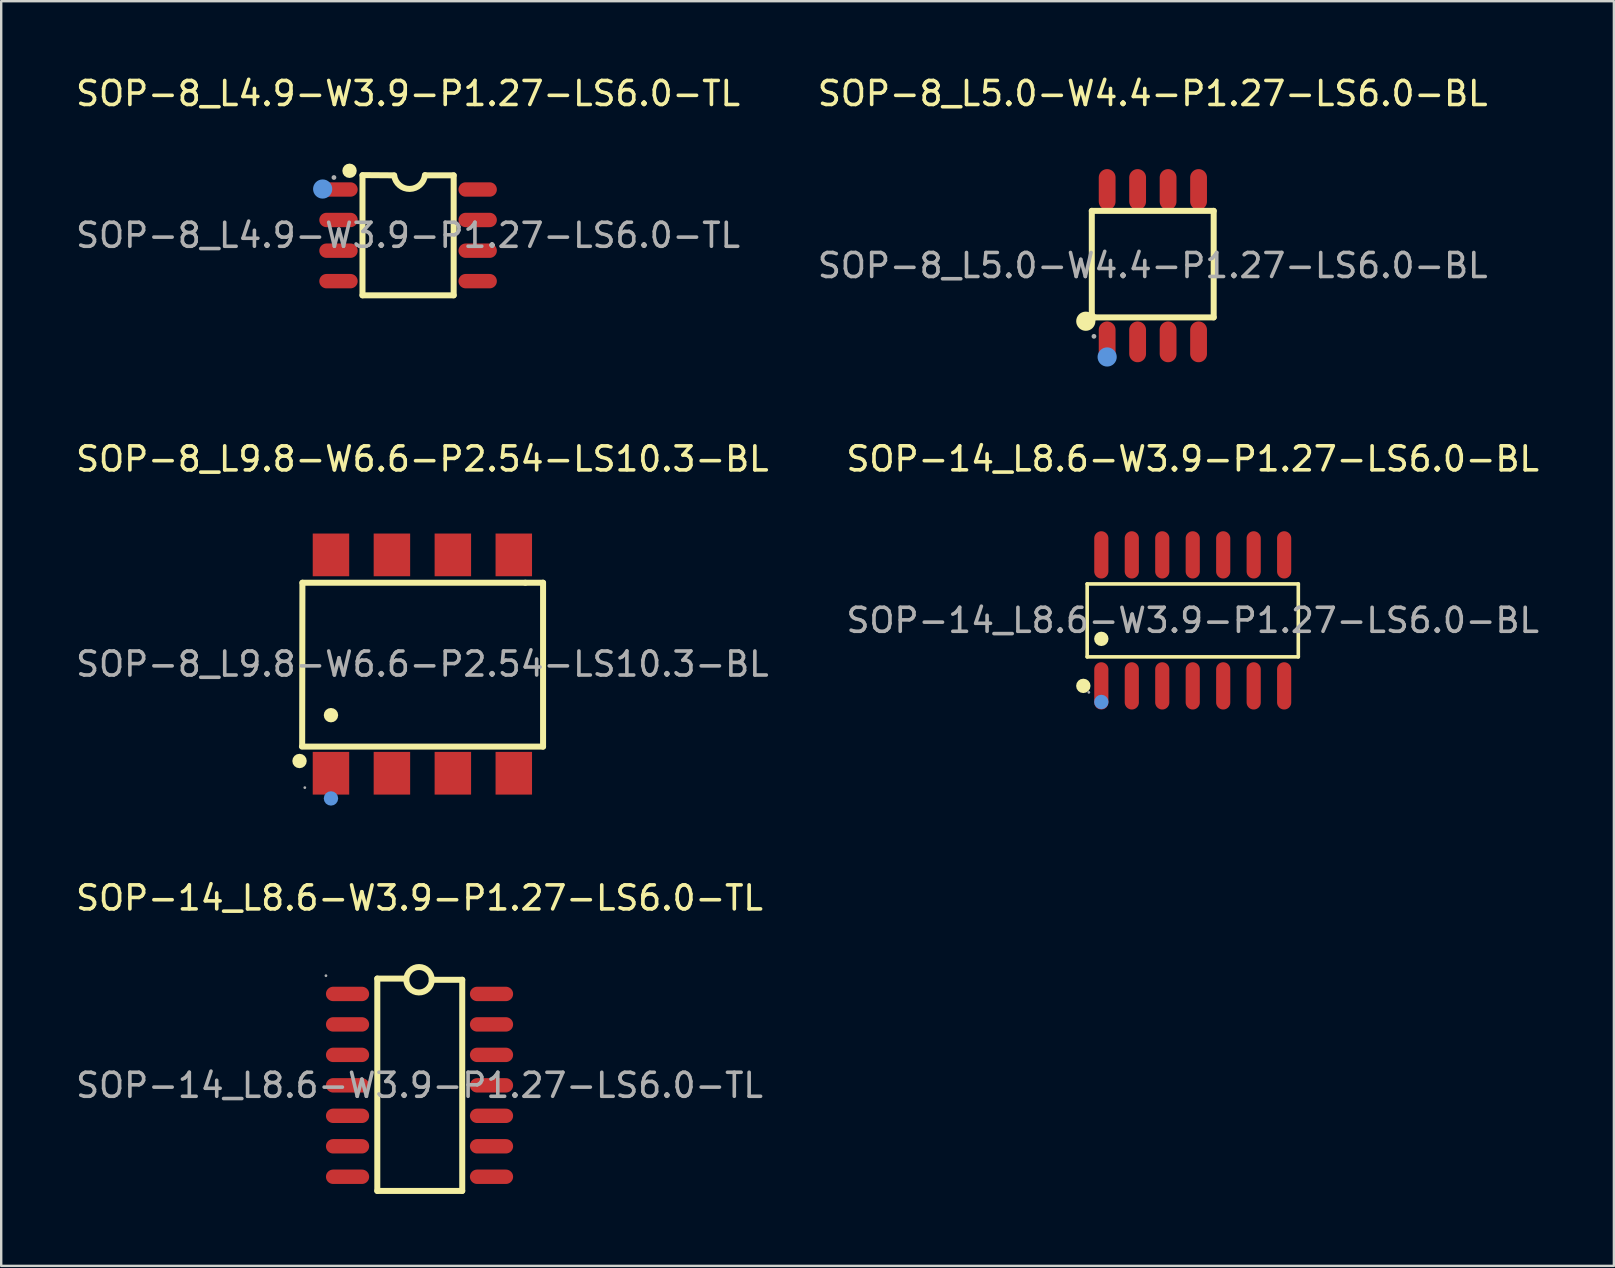
<source format=kicad_pcb>
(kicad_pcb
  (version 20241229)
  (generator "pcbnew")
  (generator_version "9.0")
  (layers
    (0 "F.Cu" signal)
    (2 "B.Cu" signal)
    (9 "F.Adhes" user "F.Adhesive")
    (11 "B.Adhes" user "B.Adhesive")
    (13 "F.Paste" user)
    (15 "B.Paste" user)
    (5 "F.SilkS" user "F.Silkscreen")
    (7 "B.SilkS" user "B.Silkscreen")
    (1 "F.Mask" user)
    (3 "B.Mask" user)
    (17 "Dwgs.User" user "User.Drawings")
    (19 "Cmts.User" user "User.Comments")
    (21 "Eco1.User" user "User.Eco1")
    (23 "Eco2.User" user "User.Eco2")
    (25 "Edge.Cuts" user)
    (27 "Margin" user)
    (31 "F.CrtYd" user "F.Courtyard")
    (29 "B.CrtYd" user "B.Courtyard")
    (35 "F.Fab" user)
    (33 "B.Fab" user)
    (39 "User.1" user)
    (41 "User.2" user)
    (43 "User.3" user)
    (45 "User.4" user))
  (footprint "SOP-8_L5.0-W4.4-P1.27-LS6.0-BL"
    (layer "F.Cu")
    (at 44.994 8.018)
    (property "Reference" "SOP-8_L5.0-W4.4-P1.27-LS6.0-BL" (at 0 -7.17 0) (layer "F.SilkS") (effects (font (size 1 1) (thickness 0.15))))
    (attr through_hole)
    (fp_line (start -2.54 -2.28) (end 2.54 -2.28) (stroke (width 0.25) (type solid)) (layer "F.SilkS"))
    (fp_line (start -2.54 2.04) (end -2.54 -2.28) (stroke (width 0.25) (type solid)) (layer "F.SilkS"))
    (fp_line (start 2.54 -2.28) (end 2.54 2.16) (stroke (width 0.25) (type solid)) (layer "F.SilkS"))
    (fp_line (start 2.54 2.16) (end -2.41 2.16) (stroke (width 0.25) (type solid)) (layer "F.SilkS"))
    (fp_arc (start -2.79 2.32) (mid -2.79 2.32) (end -2.79 2.32) (stroke (width 0.4) (type solid)) (layer "F.SilkS"))
    (fp_arc (start -2.409639 2.160384) (mid -2.498457 2.125789) (end -2.54 2.04) (stroke (width 0.25) (type solid)) (layer "F.SilkS"))
    (fp_circle (center -1.9 3.81) (end -1.7 3.81) (stroke (width 0.4) (type solid)) (fill no) (layer "Cmts.User"))
    (fp_circle (center -2.45 2.95) (end -2.4 2.95) (stroke (width 0.1) (type solid)) (fill no) (layer "F.Fab"))
    (fp_text user "${REFERENCE}" (at 0 0 0) (layer "F.Fab") (effects (font (size 1 1) (thickness 0.15))))
    (pad "1" smd oval (at -1.9 3.18 180) (size 0.7 1.7) (layers "F.Cu" "F.Mask" "F.Paste"))
    (pad "2" smd oval (at -0.63 3.18 180) (size 0.7 1.7) (layers "F.Cu" "F.Mask" "F.Paste"))
    (pad "3" smd oval (at 0.64 3.18 180) (size 0.7 1.7) (layers "F.Cu" "F.Mask" "F.Paste"))
    (pad "4" smd oval (at 1.91 3.18 180) (size 0.7 1.7) (layers "F.Cu" "F.Mask" "F.Paste"))
    (pad "5" smd oval (at 1.91 -3.17 180) (size 0.7 1.7) (layers "F.Cu" "F.Mask" "F.Paste"))
    (pad "6" smd oval (at 0.64 -3.17 180) (size 0.7 1.7) (layers "F.Cu" "F.Mask" "F.Paste"))
    (pad "7" smd oval (at -0.63 -3.17 180) (size 0.7 1.7) (layers "F.Cu" "F.Mask" "F.Paste"))
    (pad "8" smd oval (at -1.9 -3.17 180) (size 0.7 1.7) (layers "F.Cu" "F.Mask" "F.Paste")))
  (footprint "SOP-8_L4.9-W3.9-P1.27-LS6.0-TL"
    (layer "F.Cu")
    (at 13.958 6.758)
    (property "Reference" "SOP-8_L4.9-W3.9-P1.27-LS6.0-TL" (at 0 -5.91 0) (layer "F.SilkS") (effects (font (size 1 1) (thickness 0.15))))
    (attr through_hole)
    (fp_line (start -1.9 -2.51) (end -0.58 -2.5) (stroke (width 0.25) (type solid)) (layer "F.SilkS"))
    (fp_line (start -1.9 2.5) (end -1.9 -2.5) (stroke (width 0.25) (type solid)) (layer "F.SilkS"))
    (fp_line (start -1.9 2.5) (end 1.9 2.5) (stroke (width 0.25) (type solid)) (layer "F.SilkS"))
    (fp_line (start 1.9 -2.5) (end 0.71 -2.5) (stroke (width 0.25) (type solid)) (layer "F.SilkS"))
    (fp_line (start 1.9 2.5) (end 1.9 -2.5) (stroke (width 0.25) (type solid)) (layer "F.SilkS"))
    (fp_arc (start -2.44 -2.69) (mid -2.44 -2.69) (end -2.44 -2.69) (stroke (width 0.3) (type solid)) (layer "F.SilkS"))
    (fp_arc (start 0.702535 -2.510365) (mid 0.070261 -1.933784) (end -0.58 -2.49) (stroke (width 0.25) (type solid)) (layer "F.SilkS"))
    (fp_circle (center -3.56 -1.93) (end -3.36 -1.93) (stroke (width 0.4) (type solid)) (fill no) (layer "Cmts.User"))
    (fp_circle (center -3.09 -2.41) (end -3.04 -2.41) (stroke (width 0.1) (type solid)) (fill no) (layer "F.Fab"))
    (fp_text user "${REFERENCE}" (at 0 0 0) (layer "F.Fab") (effects (font (size 1 1) (thickness 0.15))))
    (pad "1" smd oval (at -2.9 -1.91 90) (size 0.6 1.6) (layers "F.Cu" "F.Mask" "F.Paste"))
    (pad "2" smd oval (at -2.9 -0.64 90) (size 0.6 1.6) (layers "F.Cu" "F.Mask" "F.Paste"))
    (pad "3" smd oval (at -2.9 0.64 90) (size 0.6 1.6) (layers "F.Cu" "F.Mask" "F.Paste"))
    (pad "4" smd oval (at -2.9 1.91 90) (size 0.6 1.6) (layers "F.Cu" "F.Mask" "F.Paste"))
    (pad "5" smd oval (at 2.9 1.91 90) (size 0.6 1.6) (layers "F.Cu" "F.Mask" "F.Paste"))
    (pad "6" smd oval (at 2.9 0.64 90) (size 0.6 1.6) (layers "F.Cu" "F.Mask" "F.Paste"))
    (pad "7" smd oval (at 2.9 -0.64 90) (size 0.6 1.6) (layers "F.Cu" "F.Mask" "F.Paste"))
    (pad "8" smd oval (at 2.9 -1.91 90) (size 0.6 1.6) (layers "F.Cu" "F.Mask" "F.Paste")))
  (footprint "SOP-8_L9.8-W6.6-P2.54-LS10.3-BL"
    (layer "F.Cu")
    (at 14.554 24.627)
    (property "Reference" "SOP-8_L9.8-W6.6-P2.54-LS10.3-BL" (at 0 -8.55 0) (layer "F.SilkS") (effects (font (size 1 1) (thickness 0.15))))
    (attr through_hole)
    (fp_line (start -5 -3.39) (end -5.01 3.42) (stroke (width 0.25) (type solid)) (layer "F.SilkS"))
    (fp_line (start 4.29 -3.39) (end -5 -3.39) (stroke (width 0.25) (type solid)) (layer "F.SilkS"))
    (fp_line (start 4.29 -3.39) (end 5.03 -3.39) (stroke (width 0.25) (type solid)) (layer "F.SilkS"))
    (fp_line (start 5.03 -3.39) (end 5.03 3.44) (stroke (width 0.25) (type solid)) (layer "F.SilkS"))
    (fp_line (start 5.03 3.44) (end -5.02 3.44) (stroke (width 0.25) (type solid)) (layer "F.SilkS"))
    (fp_circle (center -5.12 4.04) (end -4.97 4.04) (stroke (width 0.3) (type solid)) (fill no) (layer "F.SilkS"))
    (fp_circle (center -3.81 2.13) (end -3.66 2.13) (stroke (width 0.3) (type solid)) (fill no) (layer "F.SilkS"))
    (fp_circle (center -3.81 5.6) (end -3.66 5.6) (stroke (width 0.3) (type solid)) (fill no) (layer "Cmts.User"))
    (fp_circle (center -4.9 5.15) (end -4.87 5.15) (stroke (width 0.06) (type solid)) (fill no) (layer "F.Fab"))
    (fp_text user "${REFERENCE}" (at 0 0 0) (layer "F.Fab") (effects (font (size 1 1) (thickness 0.15))))
    (pad "1" smd rect (at -3.81 4.55) (size 1.52 1.78) (layers "F.Cu" "F.Mask" "F.Paste"))
    (pad "2" smd rect (at -1.27 4.55) (size 1.52 1.78) (layers "F.Cu" "F.Mask" "F.Paste"))
    (pad "3" smd rect (at 1.27 4.55) (size 1.52 1.78) (layers "F.Cu" "F.Mask" "F.Paste"))
    (pad "4" smd rect (at 3.81 4.55) (size 1.52 1.78) (layers "F.Cu" "F.Mask" "F.Paste"))
    (pad "5" smd rect (at 3.81 -4.55) (size 1.52 1.78) (layers "F.Cu" "F.Mask" "F.Paste"))
    (pad "6" smd rect (at 1.27 -4.55) (size 1.52 1.78) (layers "F.Cu" "F.Mask" "F.Paste"))
    (pad "7" smd rect (at -1.27 -4.55) (size 1.52 1.78) (layers "F.Cu" "F.Mask" "F.Paste"))
    (pad "8" smd rect (at -3.81 -4.55) (size 1.52 1.78) (layers "F.Cu" "F.Mask" "F.Paste")))
  (footprint "SOP-14_L8.6-W3.9-P1.27-LS6.0-BL"
    (layer "F.Cu")
    (at 46.661 22.806)
    (property "Reference" "SOP-14_L8.6-W3.9-P1.27-LS6.0-BL" (at 0 -6.73 0) (layer "F.SilkS") (effects (font (size 1 1) (thickness 0.15))))
    (attr through_hole)
    (fp_line (start -4.4 -1.52) (end 4.4 -1.52) (stroke (width 0.15) (type solid)) (layer "F.SilkS"))
    (fp_line (start -4.4 1.52) (end -4.4 -1.52) (stroke (width 0.15) (type solid)) (layer "F.SilkS"))
    (fp_line (start 4.4 -1.52) (end 4.4 1.52) (stroke (width 0.15) (type solid)) (layer "F.SilkS"))
    (fp_line (start 4.4 1.52) (end -4.4 1.52) (stroke (width 0.15) (type solid)) (layer "F.SilkS"))
    (fp_circle (center -4.56 2.73) (end -4.41 2.73) (stroke (width 0.3) (type solid)) (fill no) (layer "F.SilkS"))
    (fp_circle (center -3.81 0.77) (end -3.66 0.77) (stroke (width 0.3) (type solid)) (fill no) (layer "F.SilkS"))
    (fp_circle (center -3.81 3.4) (end -3.66 3.4) (stroke (width 0.3) (type solid)) (fill no) (layer "Cmts.User"))
    (fp_circle (center -4.33 3) (end -4.3 3) (stroke (width 0.06) (type solid)) (fill no) (layer "F.Fab"))
    (fp_text user "${REFERENCE}" (at 0 0 0) (layer "F.Fab") (effects (font (size 1 1) (thickness 0.15))))
    (pad "1" smd oval (at -3.81 2.73) (size 0.59 1.97) (layers "F.Cu" "F.Mask" "F.Paste"))
    (pad "2" smd oval (at -2.54 2.73) (size 0.59 1.97) (layers "F.Cu" "F.Mask" "F.Paste"))
    (pad "3" smd oval (at -1.27 2.73) (size 0.59 1.97) (layers "F.Cu" "F.Mask" "F.Paste"))
    (pad "4" smd oval (at 0 2.73) (size 0.59 1.97) (layers "F.Cu" "F.Mask" "F.Paste"))
    (pad "5" smd oval (at 1.27 2.73) (size 0.59 1.97) (layers "F.Cu" "F.Mask" "F.Paste"))
    (pad "6" smd oval (at 2.54 2.73) (size 0.59 1.97) (layers "F.Cu" "F.Mask" "F.Paste"))
    (pad "7" smd oval (at 3.81 2.73) (size 0.59 1.97) (layers "F.Cu" "F.Mask" "F.Paste"))
    (pad "8" smd oval (at 3.81 -2.73) (size 0.59 1.97) (layers "F.Cu" "F.Mask" "F.Paste"))
    (pad "9" smd oval (at 2.54 -2.73) (size 0.59 1.97) (layers "F.Cu" "F.Mask" "F.Paste"))
    (pad "10" smd oval (at 1.27 -2.73) (size 0.59 1.97) (layers "F.Cu" "F.Mask" "F.Paste"))
    (pad "11" smd oval (at 0 -2.73) (size 0.59 1.97) (layers "F.Cu" "F.Mask" "F.Paste"))
    (pad "12" smd oval (at -1.27 -2.73) (size 0.59 1.97) (layers "F.Cu" "F.Mask" "F.Paste"))
    (pad "13" smd oval (at -2.54 -2.73) (size 0.59 1.97) (layers "F.Cu" "F.Mask" "F.Paste"))
    (pad "14" smd oval (at -3.81 -2.73) (size 0.59 1.97) (layers "F.Cu" "F.Mask" "F.Paste")))
  (footprint "SOP-14_L8.6-W3.9-P1.27-LS6.0-TL"
    (layer "F.Cu")
    (at 14.435 42.185)
    (property "Reference" "SOP-14_L8.6-W3.9-P1.27-LS6.0-TL" (at 0 -7.81 0) (layer "F.SilkS") (effects (font (size 1 1) (thickness 0.15))))
    (attr through_hole)
    (fp_line (start -1.76 -4.45) (end -0.64 -4.45) (stroke (width 0.25) (type solid)) (layer "F.SilkS"))
    (fp_line (start -1.76 4.4) (end -1.76 -4.45) (stroke (width 0.25) (type solid)) (layer "F.SilkS"))
    (fp_line (start 0.51 -4.4) (end 1.78 -4.4) (stroke (width 0.25) (type solid)) (layer "F.SilkS"))
    (fp_line (start 1.78 -4.4) (end 1.78 4.4) (stroke (width 0.25) (type solid)) (layer "F.SilkS"))
    (fp_line (start 1.78 4.4) (end -1.76 4.4) (stroke (width 0.25) (type solid)) (layer "F.SilkS"))
    (fp_arc (start 0.509919 -4.39075) (mid -0.54998 -4.404625) (end 0.51 -4.4) (stroke (width 0.25) (type solid)) (layer "F.SilkS"))
    (fp_circle (center -3.9 -4.57) (end -3.87 -4.57) (stroke (width 0.06) (type solid)) (fill no) (layer "F.Fab"))
    (fp_text user "${REFERENCE}" (at 0 0 0) (layer "F.Fab") (effects (font (size 1 1) (thickness 0.15))))
    (pad "1" smd oval (at -3 -3.81 90) (size 0.6 1.8) (layers "F.Cu" "F.Mask" "F.Paste"))
    (pad "2" smd oval (at -3 -2.54 90) (size 0.6 1.8) (layers "F.Cu" "F.Mask" "F.Paste"))
    (pad "3" smd oval (at -3 -1.27 90) (size 0.6 1.8) (layers "F.Cu" "F.Mask" "F.Paste"))
    (pad "4" smd oval (at -3 0 90) (size 0.6 1.8) (layers "F.Cu" "F.Mask" "F.Paste"))
    (pad "5" smd oval (at -3 1.27 90) (size 0.6 1.8) (layers "F.Cu" "F.Mask" "F.Paste"))
    (pad "6" smd oval (at -3 2.54 90) (size 0.6 1.8) (layers "F.Cu" "F.Mask" "F.Paste"))
    (pad "7" smd oval (at -3 3.81 90) (size 0.6 1.8) (layers "F.Cu" "F.Mask" "F.Paste"))
    (pad "8" smd oval (at 3 3.81 90) (size 0.6 1.8) (layers "F.Cu" "F.Mask" "F.Paste"))
    (pad "9" smd oval (at 3 2.54 90) (size 0.6 1.8) (layers "F.Cu" "F.Mask" "F.Paste"))
    (pad "10" smd oval (at 3 1.27 90) (size 0.6 1.8) (layers "F.Cu" "F.Mask" "F.Paste"))
    (pad "11" smd oval (at 3 0 90) (size 0.6 1.8) (layers "F.Cu" "F.Mask" "F.Paste"))
    (pad "12" smd oval (at 3 -1.27 90) (size 0.6 1.8) (layers "F.Cu" "F.Mask" "F.Paste"))
    (pad "13" smd oval (at 3 -2.54 90) (size 0.6 1.8) (layers "F.Cu" "F.Mask" "F.Paste"))
    (pad "14" smd oval (at 3 -3.81 90) (size 0.6 1.8) (layers "F.Cu" "F.Mask" "F.Paste")))
  (gr_rect
    (start -3 -3)
    (end 64.214 49.71)
    (stroke (width 0.1) (type default))
    (fill no)
    (layer "Edge.Cuts")))
</source>
